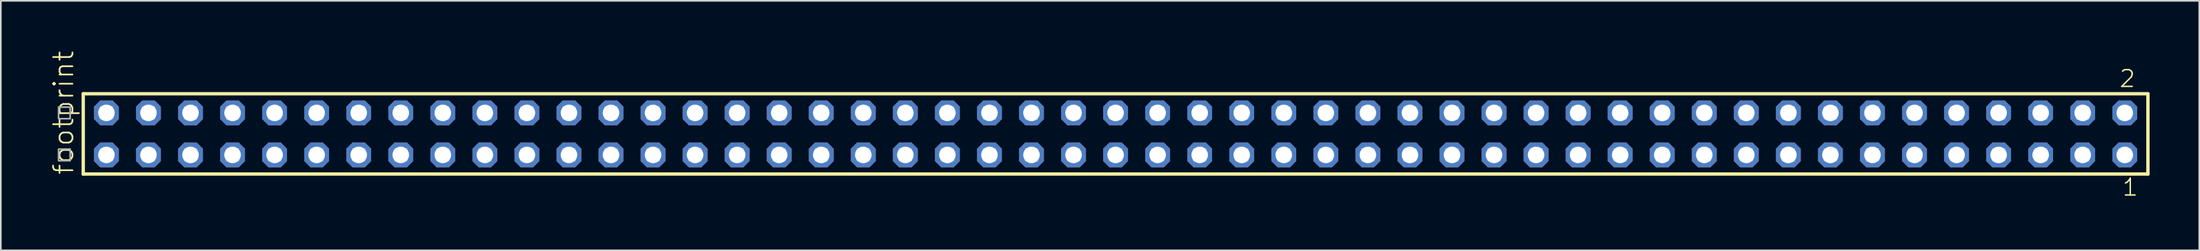
<source format=kicad_pcb>
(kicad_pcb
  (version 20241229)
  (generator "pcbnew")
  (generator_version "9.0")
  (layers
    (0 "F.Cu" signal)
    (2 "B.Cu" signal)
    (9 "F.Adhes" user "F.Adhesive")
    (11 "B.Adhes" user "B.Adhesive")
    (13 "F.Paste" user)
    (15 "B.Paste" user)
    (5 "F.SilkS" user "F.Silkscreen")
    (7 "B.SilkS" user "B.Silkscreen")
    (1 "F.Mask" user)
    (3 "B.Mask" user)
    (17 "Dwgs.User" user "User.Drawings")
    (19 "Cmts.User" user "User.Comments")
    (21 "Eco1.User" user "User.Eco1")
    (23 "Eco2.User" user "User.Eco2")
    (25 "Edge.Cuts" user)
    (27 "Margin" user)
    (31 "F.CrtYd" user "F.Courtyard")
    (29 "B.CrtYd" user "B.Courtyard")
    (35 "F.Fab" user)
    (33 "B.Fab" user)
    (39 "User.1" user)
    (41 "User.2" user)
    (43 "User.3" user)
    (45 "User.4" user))
  (footprint "footprint"
    (layer "F.Cu")
    (at 64.338 5.042)
    (property "Reference" "footprint" (at -62.865 2.54 90) (layer "F.SilkS") (effects (font (size 1.168 1.168) (thickness 0.102)) (justify left bottom)))
    (fp_line (start -62.359 -2.425) (end 62.359 -2.425) (stroke (width 0.203) (type solid)) (layer "F.SilkS"))
    (fp_line (start -62.359 2.425) (end -62.359 -2.425) (stroke (width 0.203) (type solid)) (layer "F.SilkS"))
    (fp_line (start 62.359 -2.425) (end 62.359 2.425) (stroke (width 0.203) (type solid)) (layer "F.SilkS"))
    (fp_line (start 62.359 2.425) (end -62.359 2.425) (stroke (width 0.203) (type solid)) (layer "F.SilkS"))
    (fp_poly (pts (xy -63.85 -0.92) (xy -63.15 -0.92) (xy -63.15 -1.62) (xy -63.85 -1.62)) (stroke (width 0.1) (type solid)) (fill no) (layer "F.Fab"))
    (fp_poly (pts (xy -63.85 1.62) (xy -63.15 1.62) (xy -63.15 0.92) (xy -63.85 0.92)) (stroke (width 0.1) (type solid)) (fill no) (layer "F.Fab"))
    (fp_poly (pts (xy -61.31 -0.92) (xy -60.61 -0.92) (xy -60.61 -1.62) (xy -61.31 -1.62)) (stroke (width 0.1) (type solid)) (fill no) (layer "F.Fab"))
    (fp_poly (pts (xy -61.31 1.62) (xy -60.61 1.62) (xy -60.61 0.92) (xy -61.31 0.92)) (stroke (width 0.1) (type solid)) (fill no) (layer "F.Fab"))
    (fp_poly (pts (xy -58.77 -0.92) (xy -58.07 -0.92) (xy -58.07 -1.62) (xy -58.77 -1.62)) (stroke (width 0.1) (type solid)) (fill no) (layer "F.Fab"))
    (fp_poly (pts (xy -58.77 1.62) (xy -58.07 1.62) (xy -58.07 0.92) (xy -58.77 0.92)) (stroke (width 0.1) (type solid)) (fill no) (layer "F.Fab"))
    (fp_poly (pts (xy -56.23 -0.92) (xy -55.53 -0.92) (xy -55.53 -1.62) (xy -56.23 -1.62)) (stroke (width 0.1) (type solid)) (fill no) (layer "F.Fab"))
    (fp_poly (pts (xy -56.23 1.62) (xy -55.53 1.62) (xy -55.53 0.92) (xy -56.23 0.92)) (stroke (width 0.1) (type solid)) (fill no) (layer "F.Fab"))
    (fp_poly (pts (xy -53.69 -0.92) (xy -52.99 -0.92) (xy -52.99 -1.62) (xy -53.69 -1.62)) (stroke (width 0.1) (type solid)) (fill no) (layer "F.Fab"))
    (fp_poly (pts (xy -53.69 1.62) (xy -52.99 1.62) (xy -52.99 0.92) (xy -53.69 0.92)) (stroke (width 0.1) (type solid)) (fill no) (layer "F.Fab"))
    (fp_poly (pts (xy -51.15 -0.92) (xy -50.45 -0.92) (xy -50.45 -1.62) (xy -51.15 -1.62)) (stroke (width 0.1) (type solid)) (fill no) (layer "F.Fab"))
    (fp_poly (pts (xy -51.15 1.62) (xy -50.45 1.62) (xy -50.45 0.92) (xy -51.15 0.92)) (stroke (width 0.1) (type solid)) (fill no) (layer "F.Fab"))
    (fp_poly (pts (xy -48.61 -0.92) (xy -47.91 -0.92) (xy -47.91 -1.62) (xy -48.61 -1.62)) (stroke (width 0.1) (type solid)) (fill no) (layer "F.Fab"))
    (fp_poly (pts (xy -48.61 1.62) (xy -47.91 1.62) (xy -47.91 0.92) (xy -48.61 0.92)) (stroke (width 0.1) (type solid)) (fill no) (layer "F.Fab"))
    (fp_poly (pts (xy -46.07 -0.92) (xy -45.37 -0.92) (xy -45.37 -1.62) (xy -46.07 -1.62)) (stroke (width 0.1) (type solid)) (fill no) (layer "F.Fab"))
    (fp_poly (pts (xy -46.07 1.62) (xy -45.37 1.62) (xy -45.37 0.92) (xy -46.07 0.92)) (stroke (width 0.1) (type solid)) (fill no) (layer "F.Fab"))
    (fp_poly (pts (xy -43.53 -0.92) (xy -42.83 -0.92) (xy -42.83 -1.62) (xy -43.53 -1.62)) (stroke (width 0.1) (type solid)) (fill no) (layer "F.Fab"))
    (fp_poly (pts (xy -43.53 1.62) (xy -42.83 1.62) (xy -42.83 0.92) (xy -43.53 0.92)) (stroke (width 0.1) (type solid)) (fill no) (layer "F.Fab"))
    (fp_poly (pts (xy -40.99 -0.92) (xy -40.29 -0.92) (xy -40.29 -1.62) (xy -40.99 -1.62)) (stroke (width 0.1) (type solid)) (fill no) (layer "F.Fab"))
    (fp_poly (pts (xy -40.99 1.62) (xy -40.29 1.62) (xy -40.29 0.92) (xy -40.99 0.92)) (stroke (width 0.1) (type solid)) (fill no) (layer "F.Fab"))
    (fp_poly (pts (xy -38.45 -0.92) (xy -37.75 -0.92) (xy -37.75 -1.62) (xy -38.45 -1.62)) (stroke (width 0.1) (type solid)) (fill no) (layer "F.Fab"))
    (fp_poly (pts (xy -38.45 1.62) (xy -37.75 1.62) (xy -37.75 0.92) (xy -38.45 0.92)) (stroke (width 0.1) (type solid)) (fill no) (layer "F.Fab"))
    (fp_poly (pts (xy -35.91 -0.92) (xy -35.21 -0.92) (xy -35.21 -1.62) (xy -35.91 -1.62)) (stroke (width 0.1) (type solid)) (fill no) (layer "F.Fab"))
    (fp_poly (pts (xy -35.91 1.62) (xy -35.21 1.62) (xy -35.21 0.92) (xy -35.91 0.92)) (stroke (width 0.1) (type solid)) (fill no) (layer "F.Fab"))
    (fp_poly (pts (xy -33.37 -0.92) (xy -32.67 -0.92) (xy -32.67 -1.62) (xy -33.37 -1.62)) (stroke (width 0.1) (type solid)) (fill no) (layer "F.Fab"))
    (fp_poly (pts (xy -33.37 1.62) (xy -32.67 1.62) (xy -32.67 0.92) (xy -33.37 0.92)) (stroke (width 0.1) (type solid)) (fill no) (layer "F.Fab"))
    (fp_poly (pts (xy -30.83 -0.92) (xy -30.13 -0.92) (xy -30.13 -1.62) (xy -30.83 -1.62)) (stroke (width 0.1) (type solid)) (fill no) (layer "F.Fab"))
    (fp_poly (pts (xy -30.83 1.62) (xy -30.13 1.62) (xy -30.13 0.92) (xy -30.83 0.92)) (stroke (width 0.1) (type solid)) (fill no) (layer "F.Fab"))
    (fp_poly (pts (xy -28.29 -0.92) (xy -27.59 -0.92) (xy -27.59 -1.62) (xy -28.29 -1.62)) (stroke (width 0.1) (type solid)) (fill no) (layer "F.Fab"))
    (fp_poly (pts (xy -28.29 1.62) (xy -27.59 1.62) (xy -27.59 0.92) (xy -28.29 0.92)) (stroke (width 0.1) (type solid)) (fill no) (layer "F.Fab"))
    (fp_poly (pts (xy -25.75 -0.92) (xy -25.05 -0.92) (xy -25.05 -1.62) (xy -25.75 -1.62)) (stroke (width 0.1) (type solid)) (fill no) (layer "F.Fab"))
    (fp_poly (pts (xy -25.75 1.62) (xy -25.05 1.62) (xy -25.05 0.92) (xy -25.75 0.92)) (stroke (width 0.1) (type solid)) (fill no) (layer "F.Fab"))
    (fp_poly (pts (xy -23.21 -0.92) (xy -22.51 -0.92) (xy -22.51 -1.62) (xy -23.21 -1.62)) (stroke (width 0.1) (type solid)) (fill no) (layer "F.Fab"))
    (fp_poly (pts (xy -23.21 1.62) (xy -22.51 1.62) (xy -22.51 0.92) (xy -23.21 0.92)) (stroke (width 0.1) (type solid)) (fill no) (layer "F.Fab"))
    (fp_poly (pts (xy -20.67 -0.92) (xy -19.97 -0.92) (xy -19.97 -1.62) (xy -20.67 -1.62)) (stroke (width 0.1) (type solid)) (fill no) (layer "F.Fab"))
    (fp_poly (pts (xy -20.67 1.62) (xy -19.97 1.62) (xy -19.97 0.92) (xy -20.67 0.92)) (stroke (width 0.1) (type solid)) (fill no) (layer "F.Fab"))
    (fp_poly (pts (xy -18.13 -0.92) (xy -17.43 -0.92) (xy -17.43 -1.62) (xy -18.13 -1.62)) (stroke (width 0.1) (type solid)) (fill no) (layer "F.Fab"))
    (fp_poly (pts (xy -18.13 1.62) (xy -17.43 1.62) (xy -17.43 0.92) (xy -18.13 0.92)) (stroke (width 0.1) (type solid)) (fill no) (layer "F.Fab"))
    (fp_poly (pts (xy -15.59 -0.92) (xy -14.89 -0.92) (xy -14.89 -1.62) (xy -15.59 -1.62)) (stroke (width 0.1) (type solid)) (fill no) (layer "F.Fab"))
    (fp_poly (pts (xy -15.59 1.62) (xy -14.89 1.62) (xy -14.89 0.92) (xy -15.59 0.92)) (stroke (width 0.1) (type solid)) (fill no) (layer "F.Fab"))
    (fp_poly (pts (xy -13.05 -0.92) (xy -12.35 -0.92) (xy -12.35 -1.62) (xy -13.05 -1.62)) (stroke (width 0.1) (type solid)) (fill no) (layer "F.Fab"))
    (fp_poly (pts (xy -13.05 1.62) (xy -12.35 1.62) (xy -12.35 0.92) (xy -13.05 0.92)) (stroke (width 0.1) (type solid)) (fill no) (layer "F.Fab"))
    (fp_poly (pts (xy -10.51 -0.92) (xy -9.81 -0.92) (xy -9.81 -1.62) (xy -10.51 -1.62)) (stroke (width 0.1) (type solid)) (fill no) (layer "F.Fab"))
    (fp_poly (pts (xy -10.51 1.62) (xy -9.81 1.62) (xy -9.81 0.92) (xy -10.51 0.92)) (stroke (width 0.1) (type solid)) (fill no) (layer "F.Fab"))
    (fp_poly (pts (xy -7.97 -0.92) (xy -7.27 -0.92) (xy -7.27 -1.62) (xy -7.97 -1.62)) (stroke (width 0.1) (type solid)) (fill no) (layer "F.Fab"))
    (fp_poly (pts (xy -7.97 1.62) (xy -7.27 1.62) (xy -7.27 0.92) (xy -7.97 0.92)) (stroke (width 0.1) (type solid)) (fill no) (layer "F.Fab"))
    (fp_poly (pts (xy -5.43 -0.92) (xy -4.73 -0.92) (xy -4.73 -1.62) (xy -5.43 -1.62)) (stroke (width 0.1) (type solid)) (fill no) (layer "F.Fab"))
    (fp_poly (pts (xy -5.43 1.62) (xy -4.73 1.62) (xy -4.73 0.92) (xy -5.43 0.92)) (stroke (width 0.1) (type solid)) (fill no) (layer "F.Fab"))
    (fp_poly (pts (xy -2.89 -0.92) (xy -2.19 -0.92) (xy -2.19 -1.62) (xy -2.89 -1.62)) (stroke (width 0.1) (type solid)) (fill no) (layer "F.Fab"))
    (fp_poly (pts (xy -2.89 1.62) (xy -2.19 1.62) (xy -2.19 0.92) (xy -2.89 0.92)) (stroke (width 0.1) (type solid)) (fill no) (layer "F.Fab"))
    (fp_poly (pts (xy -0.35 -0.92) (xy 0.35 -0.92) (xy 0.35 -1.62) (xy -0.35 -1.62)) (stroke (width 0.1) (type solid)) (fill no) (layer "F.Fab"))
    (fp_poly (pts (xy -0.35 1.62) (xy 0.35 1.62) (xy 0.35 0.92) (xy -0.35 0.92)) (stroke (width 0.1) (type solid)) (fill no) (layer "F.Fab"))
    (fp_poly (pts (xy 2.19 -0.92) (xy 2.89 -0.92) (xy 2.89 -1.62) (xy 2.19 -1.62)) (stroke (width 0.1) (type solid)) (fill no) (layer "F.Fab"))
    (fp_poly (pts (xy 2.19 1.62) (xy 2.89 1.62) (xy 2.89 0.92) (xy 2.19 0.92)) (stroke (width 0.1) (type solid)) (fill no) (layer "F.Fab"))
    (fp_poly (pts (xy 4.73 -0.92) (xy 5.43 -0.92) (xy 5.43 -1.62) (xy 4.73 -1.62)) (stroke (width 0.1) (type solid)) (fill no) (layer "F.Fab"))
    (fp_poly (pts (xy 4.73 1.62) (xy 5.43 1.62) (xy 5.43 0.92) (xy 4.73 0.92)) (stroke (width 0.1) (type solid)) (fill no) (layer "F.Fab"))
    (fp_poly (pts (xy 7.27 -0.92) (xy 7.97 -0.92) (xy 7.97 -1.62) (xy 7.27 -1.62)) (stroke (width 0.1) (type solid)) (fill no) (layer "F.Fab"))
    (fp_poly (pts (xy 7.27 1.62) (xy 7.97 1.62) (xy 7.97 0.92) (xy 7.27 0.92)) (stroke (width 0.1) (type solid)) (fill no) (layer "F.Fab"))
    (fp_poly (pts (xy 9.81 -0.92) (xy 10.51 -0.92) (xy 10.51 -1.62) (xy 9.81 -1.62)) (stroke (width 0.1) (type solid)) (fill no) (layer "F.Fab"))
    (fp_poly (pts (xy 9.81 1.62) (xy 10.51 1.62) (xy 10.51 0.92) (xy 9.81 0.92)) (stroke (width 0.1) (type solid)) (fill no) (layer "F.Fab"))
    (fp_poly (pts (xy 12.35 -0.92) (xy 13.05 -0.92) (xy 13.05 -1.62) (xy 12.35 -1.62)) (stroke (width 0.1) (type solid)) (fill no) (layer "F.Fab"))
    (fp_poly (pts (xy 12.35 1.62) (xy 13.05 1.62) (xy 13.05 0.92) (xy 12.35 0.92)) (stroke (width 0.1) (type solid)) (fill no) (layer "F.Fab"))
    (fp_poly (pts (xy 14.89 -0.92) (xy 15.59 -0.92) (xy 15.59 -1.62) (xy 14.89 -1.62)) (stroke (width 0.1) (type solid)) (fill no) (layer "F.Fab"))
    (fp_poly (pts (xy 14.89 1.62) (xy 15.59 1.62) (xy 15.59 0.92) (xy 14.89 0.92)) (stroke (width 0.1) (type solid)) (fill no) (layer "F.Fab"))
    (fp_poly (pts (xy 17.43 -0.92) (xy 18.13 -0.92) (xy 18.13 -1.62) (xy 17.43 -1.62)) (stroke (width 0.1) (type solid)) (fill no) (layer "F.Fab"))
    (fp_poly (pts (xy 17.43 1.62) (xy 18.13 1.62) (xy 18.13 0.92) (xy 17.43 0.92)) (stroke (width 0.1) (type solid)) (fill no) (layer "F.Fab"))
    (fp_poly (pts (xy 19.97 -0.92) (xy 20.67 -0.92) (xy 20.67 -1.62) (xy 19.97 -1.62)) (stroke (width 0.1) (type solid)) (fill no) (layer "F.Fab"))
    (fp_poly (pts (xy 19.97 1.62) (xy 20.67 1.62) (xy 20.67 0.92) (xy 19.97 0.92)) (stroke (width 0.1) (type solid)) (fill no) (layer "F.Fab"))
    (fp_poly (pts (xy 22.51 -0.92) (xy 23.21 -0.92) (xy 23.21 -1.62) (xy 22.51 -1.62)) (stroke (width 0.1) (type solid)) (fill no) (layer "F.Fab"))
    (fp_poly (pts (xy 22.51 1.62) (xy 23.21 1.62) (xy 23.21 0.92) (xy 22.51 0.92)) (stroke (width 0.1) (type solid)) (fill no) (layer "F.Fab"))
    (fp_poly (pts (xy 25.05 -0.92) (xy 25.75 -0.92) (xy 25.75 -1.62) (xy 25.05 -1.62)) (stroke (width 0.1) (type solid)) (fill no) (layer "F.Fab"))
    (fp_poly (pts (xy 25.05 1.62) (xy 25.75 1.62) (xy 25.75 0.92) (xy 25.05 0.92)) (stroke (width 0.1) (type solid)) (fill no) (layer "F.Fab"))
    (fp_poly (pts (xy 27.59 -0.92) (xy 28.29 -0.92) (xy 28.29 -1.62) (xy 27.59 -1.62)) (stroke (width 0.1) (type solid)) (fill no) (layer "F.Fab"))
    (fp_poly (pts (xy 27.59 1.62) (xy 28.29 1.62) (xy 28.29 0.92) (xy 27.59 0.92)) (stroke (width 0.1) (type solid)) (fill no) (layer "F.Fab"))
    (fp_poly (pts (xy 30.13 -0.92) (xy 30.83 -0.92) (xy 30.83 -1.62) (xy 30.13 -1.62)) (stroke (width 0.1) (type solid)) (fill no) (layer "F.Fab"))
    (fp_poly (pts (xy 30.13 1.62) (xy 30.83 1.62) (xy 30.83 0.92) (xy 30.13 0.92)) (stroke (width 0.1) (type solid)) (fill no) (layer "F.Fab"))
    (fp_poly (pts (xy 32.67 -0.92) (xy 33.37 -0.92) (xy 33.37 -1.62) (xy 32.67 -1.62)) (stroke (width 0.1) (type solid)) (fill no) (layer "F.Fab"))
    (fp_poly (pts (xy 32.67 1.62) (xy 33.37 1.62) (xy 33.37 0.92) (xy 32.67 0.92)) (stroke (width 0.1) (type solid)) (fill no) (layer "F.Fab"))
    (fp_poly (pts (xy 35.21 -0.92) (xy 35.91 -0.92) (xy 35.91 -1.62) (xy 35.21 -1.62)) (stroke (width 0.1) (type solid)) (fill no) (layer "F.Fab"))
    (fp_poly (pts (xy 35.21 1.62) (xy 35.91 1.62) (xy 35.91 0.92) (xy 35.21 0.92)) (stroke (width 0.1) (type solid)) (fill no) (layer "F.Fab"))
    (fp_poly (pts (xy 37.75 -0.92) (xy 38.45 -0.92) (xy 38.45 -1.62) (xy 37.75 -1.62)) (stroke (width 0.1) (type solid)) (fill no) (layer "F.Fab"))
    (fp_poly (pts (xy 37.75 1.62) (xy 38.45 1.62) (xy 38.45 0.92) (xy 37.75 0.92)) (stroke (width 0.1) (type solid)) (fill no) (layer "F.Fab"))
    (fp_poly (pts (xy 40.29 -0.92) (xy 40.99 -0.92) (xy 40.99 -1.62) (xy 40.29 -1.62)) (stroke (width 0.1) (type solid)) (fill no) (layer "F.Fab"))
    (fp_poly (pts (xy 40.29 1.62) (xy 40.99 1.62) (xy 40.99 0.92) (xy 40.29 0.92)) (stroke (width 0.1) (type solid)) (fill no) (layer "F.Fab"))
    (fp_poly (pts (xy 42.83 -0.92) (xy 43.53 -0.92) (xy 43.53 -1.62) (xy 42.83 -1.62)) (stroke (width 0.1) (type solid)) (fill no) (layer "F.Fab"))
    (fp_poly (pts (xy 42.83 1.62) (xy 43.53 1.62) (xy 43.53 0.92) (xy 42.83 0.92)) (stroke (width 0.1) (type solid)) (fill no) (layer "F.Fab"))
    (fp_poly (pts (xy 45.37 -0.92) (xy 46.07 -0.92) (xy 46.07 -1.62) (xy 45.37 -1.62)) (stroke (width 0.1) (type solid)) (fill no) (layer "F.Fab"))
    (fp_poly (pts (xy 45.37 1.62) (xy 46.07 1.62) (xy 46.07 0.92) (xy 45.37 0.92)) (stroke (width 0.1) (type solid)) (fill no) (layer "F.Fab"))
    (fp_poly (pts (xy 47.91 -0.92) (xy 48.61 -0.92) (xy 48.61 -1.62) (xy 47.91 -1.62)) (stroke (width 0.1) (type solid)) (fill no) (layer "F.Fab"))
    (fp_poly (pts (xy 47.91 1.62) (xy 48.61 1.62) (xy 48.61 0.92) (xy 47.91 0.92)) (stroke (width 0.1) (type solid)) (fill no) (layer "F.Fab"))
    (fp_poly (pts (xy 50.45 -0.92) (xy 51.15 -0.92) (xy 51.15 -1.62) (xy 50.45 -1.62)) (stroke (width 0.1) (type solid)) (fill no) (layer "F.Fab"))
    (fp_poly (pts (xy 50.45 1.62) (xy 51.15 1.62) (xy 51.15 0.92) (xy 50.45 0.92)) (stroke (width 0.1) (type solid)) (fill no) (layer "F.Fab"))
    (fp_poly (pts (xy 52.99 -0.92) (xy 53.69 -0.92) (xy 53.69 -1.62) (xy 52.99 -1.62)) (stroke (width 0.1) (type solid)) (fill no) (layer "F.Fab"))
    (fp_poly (pts (xy 52.99 1.62) (xy 53.69 1.62) (xy 53.69 0.92) (xy 52.99 0.92)) (stroke (width 0.1) (type solid)) (fill no) (layer "F.Fab"))
    (fp_poly (pts (xy 55.53 -0.92) (xy 56.23 -0.92) (xy 56.23 -1.62) (xy 55.53 -1.62)) (stroke (width 0.1) (type solid)) (fill no) (layer "F.Fab"))
    (fp_poly (pts (xy 55.53 1.62) (xy 56.23 1.62) (xy 56.23 0.92) (xy 55.53 0.92)) (stroke (width 0.1) (type solid)) (fill no) (layer "F.Fab"))
    (fp_poly (pts (xy 58.07 -0.92) (xy 58.77 -0.92) (xy 58.77 -1.62) (xy 58.07 -1.62)) (stroke (width 0.1) (type solid)) (fill no) (layer "F.Fab"))
    (fp_poly (pts (xy 58.07 1.62) (xy 58.77 1.62) (xy 58.77 0.92) (xy 58.07 0.92)) (stroke (width 0.1) (type solid)) (fill no) (layer "F.Fab"))
    (fp_poly (pts (xy 60.61 -0.92) (xy 61.31 -0.92) (xy 61.31 -1.62) (xy 60.61 -1.62)) (stroke (width 0.1) (type solid)) (fill no) (layer "F.Fab"))
    (fp_poly (pts (xy 60.61 1.62) (xy 61.31 1.62) (xy 61.31 0.92) (xy 60.61 0.92)) (stroke (width 0.1) (type solid)) (fill no) (layer "F.Fab"))
    (fp_text user "2" (at 60.577 -2.744 0) (layer "F.SilkS") (effects (font (size 1.012 1.012) (thickness 0.088)) (justify left bottom)))
    (fp_text user "1" (at 60.752 3.818 0) (layer "F.SilkS") (effects (font (size 1.012 1.012) (thickness 0.088)) (justify left bottom)))
    (pad "1" thru_hole roundrect (at 60.96 1.27 180) (size 1.5 1.5) (drill 1) (layers "*.Cu" "*.Mask") (roundrect_rratio 0.25) (chamfer_ratio 0.25) (chamfer top_left top_right bottom_left bottom_right))
    (pad "2" thru_hole roundrect (at 60.96 -1.27 180) (size 1.5 1.5) (drill 1) (layers "*.Cu" "*.Mask") (roundrect_rratio 0.25) (chamfer_ratio 0.25) (chamfer top_left top_right bottom_left bottom_right))
    (pad "3" thru_hole roundrect (at 58.42 1.27 180) (size 1.5 1.5) (drill 1) (layers "*.Cu" "*.Mask") (roundrect_rratio 0.25) (chamfer_ratio 0.25) (chamfer top_left top_right bottom_left bottom_right))
    (pad "4" thru_hole roundrect (at 58.42 -1.27 180) (size 1.5 1.5) (drill 1) (layers "*.Cu" "*.Mask") (roundrect_rratio 0.25) (chamfer_ratio 0.25) (chamfer top_left top_right bottom_left bottom_right))
    (pad "5" thru_hole roundrect (at 55.88 1.27 180) (size 1.5 1.5) (drill 1) (layers "*.Cu" "*.Mask") (roundrect_rratio 0.25) (chamfer_ratio 0.25) (chamfer top_left top_right bottom_left bottom_right))
    (pad "6" thru_hole roundrect (at 55.88 -1.27 180) (size 1.5 1.5) (drill 1) (layers "*.Cu" "*.Mask") (roundrect_rratio 0.25) (chamfer_ratio 0.25) (chamfer top_left top_right bottom_left bottom_right))
    (pad "7" thru_hole roundrect (at 53.34 1.27 180) (size 1.5 1.5) (drill 1) (layers "*.Cu" "*.Mask") (roundrect_rratio 0.25) (chamfer_ratio 0.25) (chamfer top_left top_right bottom_left bottom_right))
    (pad "8" thru_hole roundrect (at 53.34 -1.27 180) (size 1.5 1.5) (drill 1) (layers "*.Cu" "*.Mask") (roundrect_rratio 0.25) (chamfer_ratio 0.25) (chamfer top_left top_right bottom_left bottom_right))
    (pad "9" thru_hole roundrect (at 50.8 1.27 180) (size 1.5 1.5) (drill 1) (layers "*.Cu" "*.Mask") (roundrect_rratio 0.25) (chamfer_ratio 0.25) (chamfer top_left top_right bottom_left bottom_right))
    (pad "10" thru_hole roundrect (at 50.8 -1.27 180) (size 1.5 1.5) (drill 1) (layers "*.Cu" "*.Mask") (roundrect_rratio 0.25) (chamfer_ratio 0.25) (chamfer top_left top_right bottom_left bottom_right))
    (pad "11" thru_hole roundrect (at 48.26 1.27 180) (size 1.5 1.5) (drill 1) (layers "*.Cu" "*.Mask") (roundrect_rratio 0.25) (chamfer_ratio 0.25) (chamfer top_left top_right bottom_left bottom_right))
    (pad "12" thru_hole roundrect (at 48.26 -1.27 180) (size 1.5 1.5) (drill 1) (layers "*.Cu" "*.Mask") (roundrect_rratio 0.25) (chamfer_ratio 0.25) (chamfer top_left top_right bottom_left bottom_right))
    (pad "13" thru_hole roundrect (at 45.72 1.27 180) (size 1.5 1.5) (drill 1) (layers "*.Cu" "*.Mask") (roundrect_rratio 0.25) (chamfer_ratio 0.25) (chamfer top_left top_right bottom_left bottom_right))
    (pad "14" thru_hole roundrect (at 45.72 -1.27 180) (size 1.5 1.5) (drill 1) (layers "*.Cu" "*.Mask") (roundrect_rratio 0.25) (chamfer_ratio 0.25) (chamfer top_left top_right bottom_left bottom_right))
    (pad "15" thru_hole roundrect (at 43.18 1.27 180) (size 1.5 1.5) (drill 1) (layers "*.Cu" "*.Mask") (roundrect_rratio 0.25) (chamfer_ratio 0.25) (chamfer top_left top_right bottom_left bottom_right))
    (pad "16" thru_hole roundrect (at 43.18 -1.27 180) (size 1.5 1.5) (drill 1) (layers "*.Cu" "*.Mask") (roundrect_rratio 0.25) (chamfer_ratio 0.25) (chamfer top_left top_right bottom_left bottom_right))
    (pad "17" thru_hole roundrect (at 40.64 1.27 180) (size 1.5 1.5) (drill 1) (layers "*.Cu" "*.Mask") (roundrect_rratio 0.25) (chamfer_ratio 0.25) (chamfer top_left top_right bottom_left bottom_right))
    (pad "18" thru_hole roundrect (at 40.64 -1.27 180) (size 1.5 1.5) (drill 1) (layers "*.Cu" "*.Mask") (roundrect_rratio 0.25) (chamfer_ratio 0.25) (chamfer top_left top_right bottom_left bottom_right))
    (pad "19" thru_hole roundrect (at 38.1 1.27 180) (size 1.5 1.5) (drill 1) (layers "*.Cu" "*.Mask") (roundrect_rratio 0.25) (chamfer_ratio 0.25) (chamfer top_left top_right bottom_left bottom_right))
    (pad "20" thru_hole roundrect (at 38.1 -1.27 180) (size 1.5 1.5) (drill 1) (layers "*.Cu" "*.Mask") (roundrect_rratio 0.25) (chamfer_ratio 0.25) (chamfer top_left top_right bottom_left bottom_right))
    (pad "21" thru_hole roundrect (at 35.56 1.27 180) (size 1.5 1.5) (drill 1) (layers "*.Cu" "*.Mask") (roundrect_rratio 0.25) (chamfer_ratio 0.25) (chamfer top_left top_right bottom_left bottom_right))
    (pad "22" thru_hole roundrect (at 35.56 -1.27 180) (size 1.5 1.5) (drill 1) (layers "*.Cu" "*.Mask") (roundrect_rratio 0.25) (chamfer_ratio 0.25) (chamfer top_left top_right bottom_left bottom_right))
    (pad "23" thru_hole roundrect (at 33.02 1.27 180) (size 1.5 1.5) (drill 1) (layers "*.Cu" "*.Mask") (roundrect_rratio 0.25) (chamfer_ratio 0.25) (chamfer top_left top_right bottom_left bottom_right))
    (pad "24" thru_hole roundrect (at 33.02 -1.27 180) (size 1.5 1.5) (drill 1) (layers "*.Cu" "*.Mask") (roundrect_rratio 0.25) (chamfer_ratio 0.25) (chamfer top_left top_right bottom_left bottom_right))
    (pad "25" thru_hole roundrect (at 30.48 1.27 180) (size 1.5 1.5) (drill 1) (layers "*.Cu" "*.Mask") (roundrect_rratio 0.25) (chamfer_ratio 0.25) (chamfer top_left top_right bottom_left bottom_right))
    (pad "26" thru_hole roundrect (at 30.48 -1.27 180) (size 1.5 1.5) (drill 1) (layers "*.Cu" "*.Mask") (roundrect_rratio 0.25) (chamfer_ratio 0.25) (chamfer top_left top_right bottom_left bottom_right))
    (pad "27" thru_hole roundrect (at 27.94 1.27 180) (size 1.5 1.5) (drill 1) (layers "*.Cu" "*.Mask") (roundrect_rratio 0.25) (chamfer_ratio 0.25) (chamfer top_left top_right bottom_left bottom_right))
    (pad "28" thru_hole roundrect (at 27.94 -1.27 180) (size 1.5 1.5) (drill 1) (layers "*.Cu" "*.Mask") (roundrect_rratio 0.25) (chamfer_ratio 0.25) (chamfer top_left top_right bottom_left bottom_right))
    (pad "29" thru_hole roundrect (at 25.4 1.27 180) (size 1.5 1.5) (drill 1) (layers "*.Cu" "*.Mask") (roundrect_rratio 0.25) (chamfer_ratio 0.25) (chamfer top_left top_right bottom_left bottom_right))
    (pad "30" thru_hole roundrect (at 25.4 -1.27 180) (size 1.5 1.5) (drill 1) (layers "*.Cu" "*.Mask") (roundrect_rratio 0.25) (chamfer_ratio 0.25) (chamfer top_left top_right bottom_left bottom_right))
    (pad "31" thru_hole roundrect (at 22.86 1.27 180) (size 1.5 1.5) (drill 1) (layers "*.Cu" "*.Mask") (roundrect_rratio 0.25) (chamfer_ratio 0.25) (chamfer top_left top_right bottom_left bottom_right))
    (pad "32" thru_hole roundrect (at 22.86 -1.27 180) (size 1.5 1.5) (drill 1) (layers "*.Cu" "*.Mask") (roundrect_rratio 0.25) (chamfer_ratio 0.25) (chamfer top_left top_right bottom_left bottom_right))
    (pad "33" thru_hole roundrect (at 20.32 1.27 180) (size 1.5 1.5) (drill 1) (layers "*.Cu" "*.Mask") (roundrect_rratio 0.25) (chamfer_ratio 0.25) (chamfer top_left top_right bottom_left bottom_right))
    (pad "34" thru_hole roundrect (at 20.32 -1.27 180) (size 1.5 1.5) (drill 1) (layers "*.Cu" "*.Mask") (roundrect_rratio 0.25) (chamfer_ratio 0.25) (chamfer top_left top_right bottom_left bottom_right))
    (pad "35" thru_hole roundrect (at 17.78 1.27 180) (size 1.5 1.5) (drill 1) (layers "*.Cu" "*.Mask") (roundrect_rratio 0.25) (chamfer_ratio 0.25) (chamfer top_left top_right bottom_left bottom_right))
    (pad "36" thru_hole roundrect (at 17.78 -1.27 180) (size 1.5 1.5) (drill 1) (layers "*.Cu" "*.Mask") (roundrect_rratio 0.25) (chamfer_ratio 0.25) (chamfer top_left top_right bottom_left bottom_right))
    (pad "37" thru_hole roundrect (at 15.24 1.27 180) (size 1.5 1.5) (drill 1) (layers "*.Cu" "*.Mask") (roundrect_rratio 0.25) (chamfer_ratio 0.25) (chamfer top_left top_right bottom_left bottom_right))
    (pad "38" thru_hole roundrect (at 15.24 -1.27 180) (size 1.5 1.5) (drill 1) (layers "*.Cu" "*.Mask") (roundrect_rratio 0.25) (chamfer_ratio 0.25) (chamfer top_left top_right bottom_left bottom_right))
    (pad "39" thru_hole roundrect (at 12.7 1.27 180) (size 1.5 1.5) (drill 1) (layers "*.Cu" "*.Mask") (roundrect_rratio 0.25) (chamfer_ratio 0.25) (chamfer top_left top_right bottom_left bottom_right))
    (pad "40" thru_hole roundrect (at 12.7 -1.27 180) (size 1.5 1.5) (drill 1) (layers "*.Cu" "*.Mask") (roundrect_rratio 0.25) (chamfer_ratio 0.25) (chamfer top_left top_right bottom_left bottom_right))
    (pad "41" thru_hole roundrect (at 10.16 1.27 180) (size 1.5 1.5) (drill 1) (layers "*.Cu" "*.Mask") (roundrect_rratio 0.25) (chamfer_ratio 0.25) (chamfer top_left top_right bottom_left bottom_right))
    (pad "42" thru_hole roundrect (at 10.16 -1.27 180) (size 1.5 1.5) (drill 1) (layers "*.Cu" "*.Mask") (roundrect_rratio 0.25) (chamfer_ratio 0.25) (chamfer top_left top_right bottom_left bottom_right))
    (pad "43" thru_hole roundrect (at 7.62 1.27 180) (size 1.5 1.5) (drill 1) (layers "*.Cu" "*.Mask") (roundrect_rratio 0.25) (chamfer_ratio 0.25) (chamfer top_left top_right bottom_left bottom_right))
    (pad "44" thru_hole roundrect (at 7.62 -1.27 180) (size 1.5 1.5) (drill 1) (layers "*.Cu" "*.Mask") (roundrect_rratio 0.25) (chamfer_ratio 0.25) (chamfer top_left top_right bottom_left bottom_right))
    (pad "45" thru_hole roundrect (at 5.08 1.27 180) (size 1.5 1.5) (drill 1) (layers "*.Cu" "*.Mask") (roundrect_rratio 0.25) (chamfer_ratio 0.25) (chamfer top_left top_right bottom_left bottom_right))
    (pad "46" thru_hole roundrect (at 5.08 -1.27 180) (size 1.5 1.5) (drill 1) (layers "*.Cu" "*.Mask") (roundrect_rratio 0.25) (chamfer_ratio 0.25) (chamfer top_left top_right bottom_left bottom_right))
    (pad "47" thru_hole roundrect (at 2.54 1.27 180) (size 1.5 1.5) (drill 1) (layers "*.Cu" "*.Mask") (roundrect_rratio 0.25) (chamfer_ratio 0.25) (chamfer top_left top_right bottom_left bottom_right))
    (pad "48" thru_hole roundrect (at 2.54 -1.27 180) (size 1.5 1.5) (drill 1) (layers "*.Cu" "*.Mask") (roundrect_rratio 0.25) (chamfer_ratio 0.25) (chamfer top_left top_right bottom_left bottom_right))
    (pad "49" thru_hole roundrect (at 0 1.27 180) (size 1.5 1.5) (drill 1) (layers "*.Cu" "*.Mask") (roundrect_rratio 0.25) (chamfer_ratio 0.25) (chamfer top_left top_right bottom_left bottom_right))
    (pad "50" thru_hole roundrect (at 0 -1.27 180) (size 1.5 1.5) (drill 1) (layers "*.Cu" "*.Mask") (roundrect_rratio 0.25) (chamfer_ratio 0.25) (chamfer top_left top_right bottom_left bottom_right))
    (pad "51" thru_hole roundrect (at -2.54 1.27 180) (size 1.5 1.5) (drill 1) (layers "*.Cu" "*.Mask") (roundrect_rratio 0.25) (chamfer_ratio 0.25) (chamfer top_left top_right bottom_left bottom_right))
    (pad "52" thru_hole roundrect (at -2.54 -1.27 180) (size 1.5 1.5) (drill 1) (layers "*.Cu" "*.Mask") (roundrect_rratio 0.25) (chamfer_ratio 0.25) (chamfer top_left top_right bottom_left bottom_right))
    (pad "53" thru_hole roundrect (at -5.08 1.27 180) (size 1.5 1.5) (drill 1) (layers "*.Cu" "*.Mask") (roundrect_rratio 0.25) (chamfer_ratio 0.25) (chamfer top_left top_right bottom_left bottom_right))
    (pad "54" thru_hole roundrect (at -5.08 -1.27 180) (size 1.5 1.5) (drill 1) (layers "*.Cu" "*.Mask") (roundrect_rratio 0.25) (chamfer_ratio 0.25) (chamfer top_left top_right bottom_left bottom_right))
    (pad "55" thru_hole roundrect (at -7.62 1.27 180) (size 1.5 1.5) (drill 1) (layers "*.Cu" "*.Mask") (roundrect_rratio 0.25) (chamfer_ratio 0.25) (chamfer top_left top_right bottom_left bottom_right))
    (pad "56" thru_hole roundrect (at -7.62 -1.27 180) (size 1.5 1.5) (drill 1) (layers "*.Cu" "*.Mask") (roundrect_rratio 0.25) (chamfer_ratio 0.25) (chamfer top_left top_right bottom_left bottom_right))
    (pad "57" thru_hole roundrect (at -10.16 1.27 180) (size 1.5 1.5) (drill 1) (layers "*.Cu" "*.Mask") (roundrect_rratio 0.25) (chamfer_ratio 0.25) (chamfer top_left top_right bottom_left bottom_right))
    (pad "58" thru_hole roundrect (at -10.16 -1.27 180) (size 1.5 1.5) (drill 1) (layers "*.Cu" "*.Mask") (roundrect_rratio 0.25) (chamfer_ratio 0.25) (chamfer top_left top_right bottom_left bottom_right))
    (pad "59" thru_hole roundrect (at -12.7 1.27 180) (size 1.5 1.5) (drill 1) (layers "*.Cu" "*.Mask") (roundrect_rratio 0.25) (chamfer_ratio 0.25) (chamfer top_left top_right bottom_left bottom_right))
    (pad "60" thru_hole roundrect (at -12.7 -1.27 180) (size 1.5 1.5) (drill 1) (layers "*.Cu" "*.Mask") (roundrect_rratio 0.25) (chamfer_ratio 0.25) (chamfer top_left top_right bottom_left bottom_right))
    (pad "61" thru_hole roundrect (at -15.24 1.27 180) (size 1.5 1.5) (drill 1) (layers "*.Cu" "*.Mask") (roundrect_rratio 0.25) (chamfer_ratio 0.25) (chamfer top_left top_right bottom_left bottom_right))
    (pad "62" thru_hole roundrect (at -15.24 -1.27 180) (size 1.5 1.5) (drill 1) (layers "*.Cu" "*.Mask") (roundrect_rratio 0.25) (chamfer_ratio 0.25) (chamfer top_left top_right bottom_left bottom_right))
    (pad "63" thru_hole roundrect (at -17.78 1.27 180) (size 1.5 1.5) (drill 1) (layers "*.Cu" "*.Mask") (roundrect_rratio 0.25) (chamfer_ratio 0.25) (chamfer top_left top_right bottom_left bottom_right))
    (pad "64" thru_hole roundrect (at -17.78 -1.27 180) (size 1.5 1.5) (drill 1) (layers "*.Cu" "*.Mask") (roundrect_rratio 0.25) (chamfer_ratio 0.25) (chamfer top_left top_right bottom_left bottom_right))
    (pad "65" thru_hole roundrect (at -20.32 1.27 180) (size 1.5 1.5) (drill 1) (layers "*.Cu" "*.Mask") (roundrect_rratio 0.25) (chamfer_ratio 0.25) (chamfer top_left top_right bottom_left bottom_right))
    (pad "66" thru_hole roundrect (at -20.32 -1.27 180) (size 1.5 1.5) (drill 1) (layers "*.Cu" "*.Mask") (roundrect_rratio 0.25) (chamfer_ratio 0.25) (chamfer top_left top_right bottom_left bottom_right))
    (pad "67" thru_hole roundrect (at -22.86 1.27 180) (size 1.5 1.5) (drill 1) (layers "*.Cu" "*.Mask") (roundrect_rratio 0.25) (chamfer_ratio 0.25) (chamfer top_left top_right bottom_left bottom_right))
    (pad "68" thru_hole roundrect (at -22.86 -1.27 180) (size 1.5 1.5) (drill 1) (layers "*.Cu" "*.Mask") (roundrect_rratio 0.25) (chamfer_ratio 0.25) (chamfer top_left top_right bottom_left bottom_right))
    (pad "69" thru_hole roundrect (at -25.4 1.27 180) (size 1.5 1.5) (drill 1) (layers "*.Cu" "*.Mask") (roundrect_rratio 0.25) (chamfer_ratio 0.25) (chamfer top_left top_right bottom_left bottom_right))
    (pad "70" thru_hole roundrect (at -25.4 -1.27 180) (size 1.5 1.5) (drill 1) (layers "*.Cu" "*.Mask") (roundrect_rratio 0.25) (chamfer_ratio 0.25) (chamfer top_left top_right bottom_left bottom_right))
    (pad "71" thru_hole roundrect (at -27.94 1.27 180) (size 1.5 1.5) (drill 1) (layers "*.Cu" "*.Mask") (roundrect_rratio 0.25) (chamfer_ratio 0.25) (chamfer top_left top_right bottom_left bottom_right))
    (pad "72" thru_hole roundrect (at -27.94 -1.27 180) (size 1.5 1.5) (drill 1) (layers "*.Cu" "*.Mask") (roundrect_rratio 0.25) (chamfer_ratio 0.25) (chamfer top_left top_right bottom_left bottom_right))
    (pad "73" thru_hole roundrect (at -30.48 1.27 180) (size 1.5 1.5) (drill 1) (layers "*.Cu" "*.Mask") (roundrect_rratio 0.25) (chamfer_ratio 0.25) (chamfer top_left top_right bottom_left bottom_right))
    (pad "74" thru_hole roundrect (at -30.48 -1.27 180) (size 1.5 1.5) (drill 1) (layers "*.Cu" "*.Mask") (roundrect_rratio 0.25) (chamfer_ratio 0.25) (chamfer top_left top_right bottom_left bottom_right))
    (pad "75" thru_hole roundrect (at -33.02 1.27 180) (size 1.5 1.5) (drill 1) (layers "*.Cu" "*.Mask") (roundrect_rratio 0.25) (chamfer_ratio 0.25) (chamfer top_left top_right bottom_left bottom_right))
    (pad "76" thru_hole roundrect (at -33.02 -1.27 180) (size 1.5 1.5) (drill 1) (layers "*.Cu" "*.Mask") (roundrect_rratio 0.25) (chamfer_ratio 0.25) (chamfer top_left top_right bottom_left bottom_right))
    (pad "77" thru_hole roundrect (at -35.56 1.27 180) (size 1.5 1.5) (drill 1) (layers "*.Cu" "*.Mask") (roundrect_rratio 0.25) (chamfer_ratio 0.25) (chamfer top_left top_right bottom_left bottom_right))
    (pad "78" thru_hole roundrect (at -35.56 -1.27 180) (size 1.5 1.5) (drill 1) (layers "*.Cu" "*.Mask") (roundrect_rratio 0.25) (chamfer_ratio 0.25) (chamfer top_left top_right bottom_left bottom_right))
    (pad "79" thru_hole roundrect (at -38.1 1.27 180) (size 1.5 1.5) (drill 1) (layers "*.Cu" "*.Mask") (roundrect_rratio 0.25) (chamfer_ratio 0.25) (chamfer top_left top_right bottom_left bottom_right))
    (pad "80" thru_hole roundrect (at -38.1 -1.27 180) (size 1.5 1.5) (drill 1) (layers "*.Cu" "*.Mask") (roundrect_rratio 0.25) (chamfer_ratio 0.25) (chamfer top_left top_right bottom_left bottom_right))
    (pad "81" thru_hole roundrect (at -40.64 1.27 180) (size 1.5 1.5) (drill 1) (layers "*.Cu" "*.Mask") (roundrect_rratio 0.25) (chamfer_ratio 0.25) (chamfer top_left top_right bottom_left bottom_right))
    (pad "82" thru_hole roundrect (at -40.64 -1.27 180) (size 1.5 1.5) (drill 1) (layers "*.Cu" "*.Mask") (roundrect_rratio 0.25) (chamfer_ratio 0.25) (chamfer top_left top_right bottom_left bottom_right))
    (pad "83" thru_hole roundrect (at -43.18 1.27 180) (size 1.5 1.5) (drill 1) (layers "*.Cu" "*.Mask") (roundrect_rratio 0.25) (chamfer_ratio 0.25) (chamfer top_left top_right bottom_left bottom_right))
    (pad "84" thru_hole roundrect (at -43.18 -1.27 180) (size 1.5 1.5) (drill 1) (layers "*.Cu" "*.Mask") (roundrect_rratio 0.25) (chamfer_ratio 0.25) (chamfer top_left top_right bottom_left bottom_right))
    (pad "85" thru_hole roundrect (at -45.72 1.27 180) (size 1.5 1.5) (drill 1) (layers "*.Cu" "*.Mask") (roundrect_rratio 0.25) (chamfer_ratio 0.25) (chamfer top_left top_right bottom_left bottom_right))
    (pad "86" thru_hole roundrect (at -45.72 -1.27 180) (size 1.5 1.5) (drill 1) (layers "*.Cu" "*.Mask") (roundrect_rratio 0.25) (chamfer_ratio 0.25) (chamfer top_left top_right bottom_left bottom_right))
    (pad "87" thru_hole roundrect (at -48.26 1.27 180) (size 1.5 1.5) (drill 1) (layers "*.Cu" "*.Mask") (roundrect_rratio 0.25) (chamfer_ratio 0.25) (chamfer top_left top_right bottom_left bottom_right))
    (pad "88" thru_hole roundrect (at -48.26 -1.27 180) (size 1.5 1.5) (drill 1) (layers "*.Cu" "*.Mask") (roundrect_rratio 0.25) (chamfer_ratio 0.25) (chamfer top_left top_right bottom_left bottom_right))
    (pad "89" thru_hole roundrect (at -50.8 1.27 180) (size 1.5 1.5) (drill 1) (layers "*.Cu" "*.Mask") (roundrect_rratio 0.25) (chamfer_ratio 0.25) (chamfer top_left top_right bottom_left bottom_right))
    (pad "90" thru_hole roundrect (at -50.8 -1.27 180) (size 1.5 1.5) (drill 1) (layers "*.Cu" "*.Mask") (roundrect_rratio 0.25) (chamfer_ratio 0.25) (chamfer top_left top_right bottom_left bottom_right))
    (pad "91" thru_hole roundrect (at -53.34 1.27 180) (size 1.5 1.5) (drill 1) (layers "*.Cu" "*.Mask") (roundrect_rratio 0.25) (chamfer_ratio 0.25) (chamfer top_left top_right bottom_left bottom_right))
    (pad "92" thru_hole roundrect (at -53.34 -1.27 180) (size 1.5 1.5) (drill 1) (layers "*.Cu" "*.Mask") (roundrect_rratio 0.25) (chamfer_ratio 0.25) (chamfer top_left top_right bottom_left bottom_right))
    (pad "93" thru_hole roundrect (at -55.88 1.27 180) (size 1.5 1.5) (drill 1) (layers "*.Cu" "*.Mask") (roundrect_rratio 0.25) (chamfer_ratio 0.25) (chamfer top_left top_right bottom_left bottom_right))
    (pad "94" thru_hole roundrect (at -55.88 -1.27 180) (size 1.5 1.5) (drill 1) (layers "*.Cu" "*.Mask") (roundrect_rratio 0.25) (chamfer_ratio 0.25) (chamfer top_left top_right bottom_left bottom_right))
    (pad "95" thru_hole roundrect (at -58.42 1.27 180) (size 1.5 1.5) (drill 1) (layers "*.Cu" "*.Mask") (roundrect_rratio 0.25) (chamfer_ratio 0.25) (chamfer top_left top_right bottom_left bottom_right))
    (pad "96" thru_hole roundrect (at -58.42 -1.27 180) (size 1.5 1.5) (drill 1) (layers "*.Cu" "*.Mask") (roundrect_rratio 0.25) (chamfer_ratio 0.25) (chamfer top_left top_right bottom_left bottom_right))
    (pad "97" thru_hole roundrect (at -60.96 1.27 180) (size 1.5 1.5) (drill 1) (layers "*.Cu" "*.Mask") (roundrect_rratio 0.25) (chamfer_ratio 0.25) (chamfer top_left top_right bottom_left bottom_right))
    (pad "98" thru_hole roundrect (at -60.96 -1.27 180) (size 1.5 1.5) (drill 1) (layers "*.Cu" "*.Mask") (roundrect_rratio 0.25) (chamfer_ratio 0.25) (chamfer top_left top_right bottom_left bottom_right)))
  (gr_rect
    (start -3 -3)
    (end 129.799 12.077)
    (stroke (width 0.1) (type default))
    (fill no)
    (layer "Edge.Cuts")))
</source>
